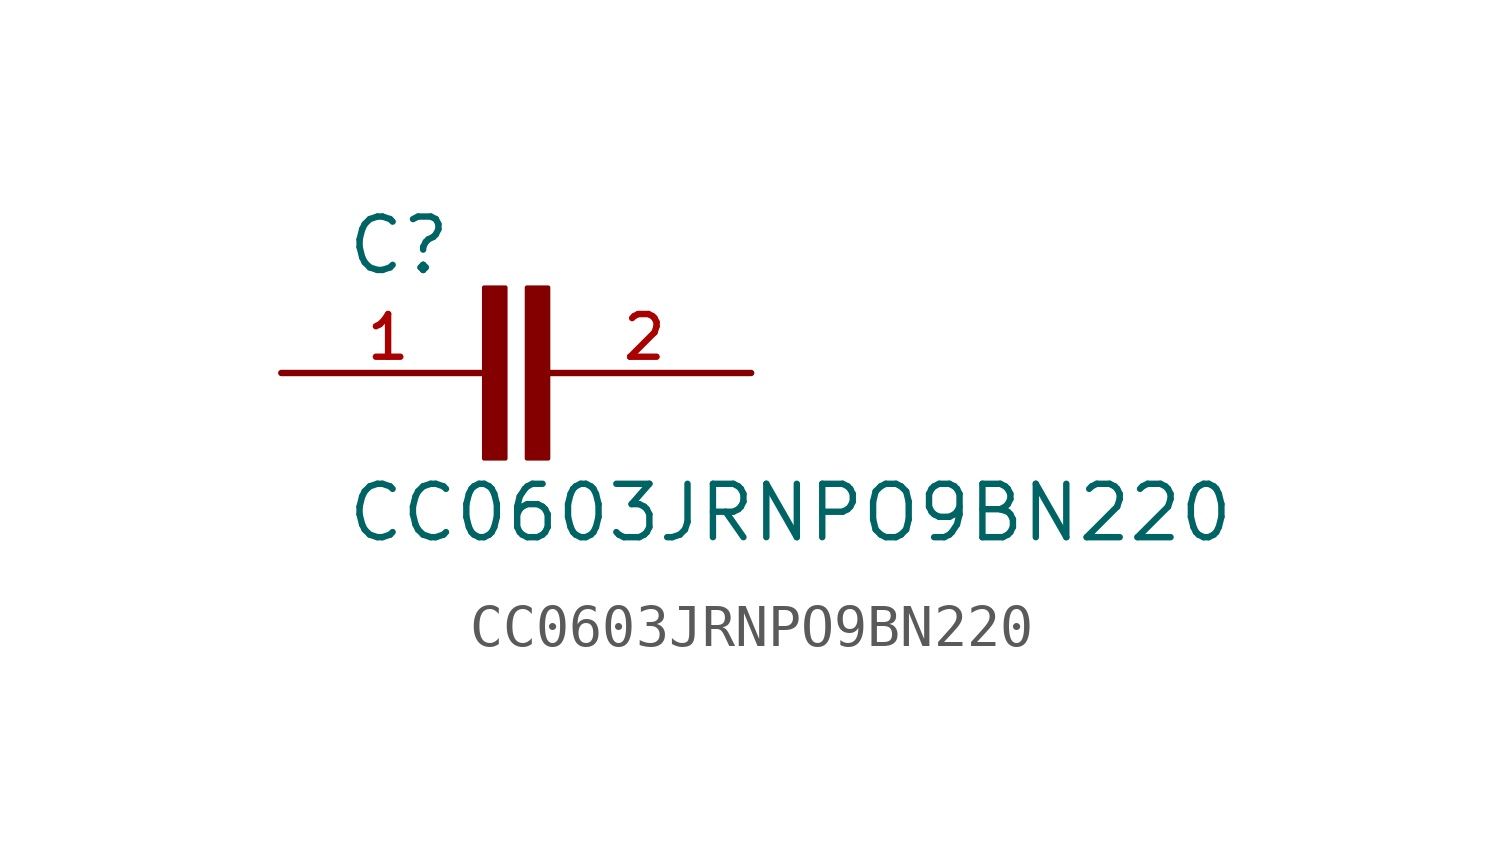
<source format=kicad_sym>
(kicad_symbol_lib
  (version 20211014)
  (generator kicad_symbol_editor)
  (symbol "CC0603JRNPO9BN220"
    (pin_names
      (offset 1.016))
    (property "Reference" "C"
      (at -4.068 2.288 0)
      (effects (font (size 1.27 1.27)) (justify bottom left)))
    (property "Value" "CC0603JRNPO9BN220"
      (at -4.069 -4.069 0)
      (effects (font (size 1.27 1.27)) (justify bottom left)))
    (symbol "CC0603JRNPO9BN220_0_0"
      (rectangle (start -0.765 -2.035) (end -0.256 2.034) (stroke (width 0.1)) (fill (type outline)))
      (rectangle (start 0.252 -2.034) (end 0.761 2.033) (stroke (width 0.1)) (fill (type outline)))
      (pin passive line (at -5.588 0.0 0) (length 5.08) (name "~" (effects (font (size 1.016 1.016)))) (number "1" (effects (font (size 1.016 1.016)))))
      (pin passive line (at 5.588 0.0 180.0) (length 5.08) (name "~" (effects (font (size 1.016 1.016)))) (number "2" (effects (font (size 1.016 1.016))))))))
</source>
